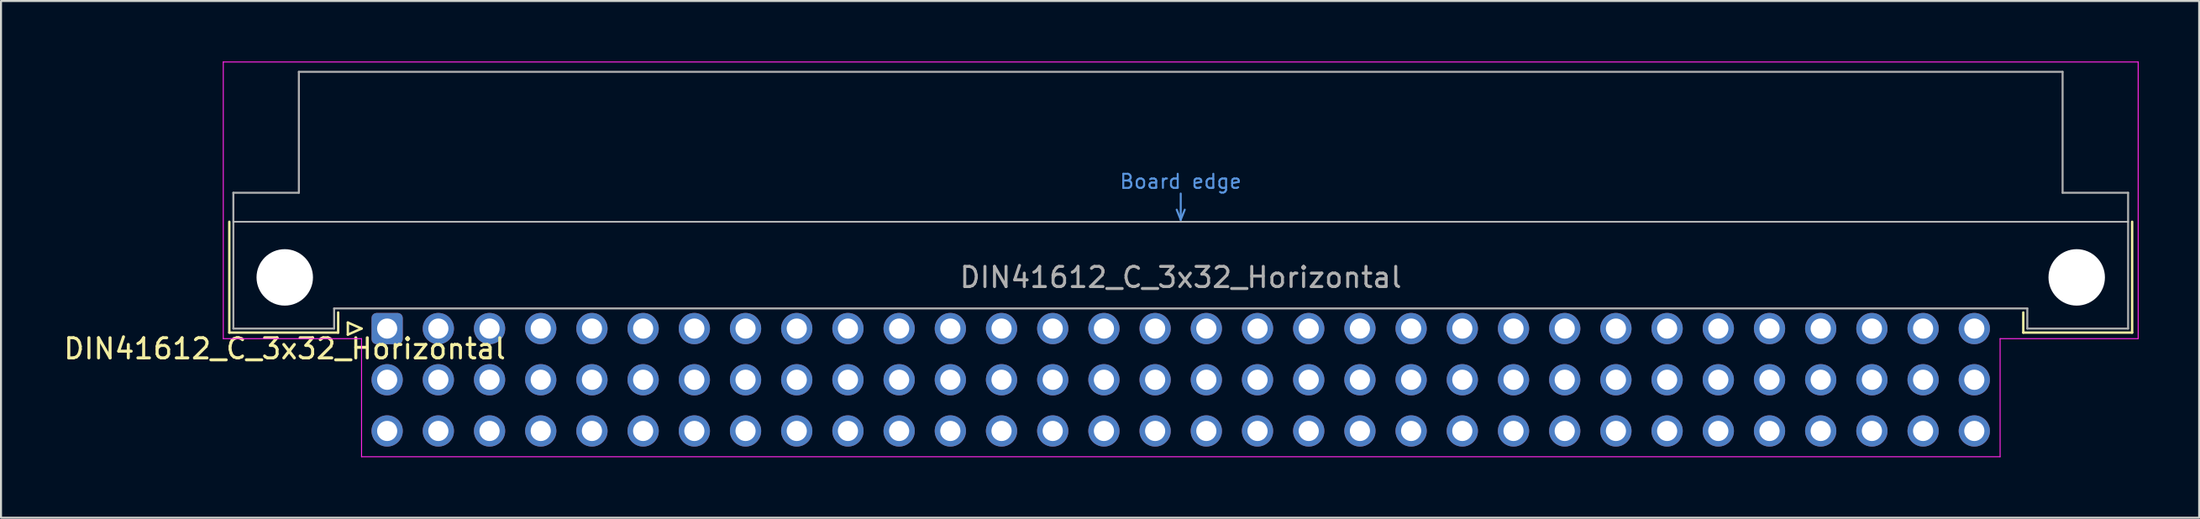
<source format=kicad_pcb>
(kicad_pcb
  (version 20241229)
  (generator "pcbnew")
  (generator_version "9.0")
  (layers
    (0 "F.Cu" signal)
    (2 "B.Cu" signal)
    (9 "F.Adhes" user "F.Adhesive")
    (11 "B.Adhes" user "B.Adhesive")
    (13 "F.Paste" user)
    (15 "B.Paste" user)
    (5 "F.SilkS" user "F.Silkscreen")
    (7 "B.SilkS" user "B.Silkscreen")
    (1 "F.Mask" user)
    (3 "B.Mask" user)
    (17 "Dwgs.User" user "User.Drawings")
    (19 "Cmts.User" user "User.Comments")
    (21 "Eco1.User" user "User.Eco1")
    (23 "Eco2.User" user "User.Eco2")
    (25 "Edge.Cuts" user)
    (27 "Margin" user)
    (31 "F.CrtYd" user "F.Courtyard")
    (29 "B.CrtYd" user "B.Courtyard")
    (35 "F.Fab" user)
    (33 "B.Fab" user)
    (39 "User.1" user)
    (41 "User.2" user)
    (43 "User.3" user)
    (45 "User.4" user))
  (footprint "DIN41612_C_3x32_Horizontal"
    (layer "F.Cu")
    (at 16.157 13.255)
    (property "Reference" "DIN41612_C_3x32_Horizontal" (at -5.08 1 0) (layer "F.SilkS") (effects (font (size 1 1) (thickness 0.15))))
    (attr through_hole)
    (fp_line (start -7.83 -5.3) (end -7.83 0.2) (stroke (width 0.12) (type solid)) (layer "F.SilkS"))
    (fp_line (start -7.83 0.2) (end -2.43 0.2) (stroke (width 0.12) (type solid)) (layer "F.SilkS"))
    (fp_line (start -2.43 0.2) (end -2.43 -0.8) (stroke (width 0.12) (type solid)) (layer "F.SilkS"))
    (fp_line (start -1.95 -0.3) (end -1.95 0.3) (stroke (width 0.12) (type solid)) (layer "F.SilkS"))
    (fp_line (start -1.95 0.3) (end -1.27 0) (stroke (width 0.12) (type solid)) (layer "F.SilkS"))
    (fp_line (start -1.27 0) (end -1.95 -0.3) (stroke (width 0.12) (type solid)) (layer "F.SilkS"))
    (fp_line (start 81.17 0.2) (end 81.17 -0.8) (stroke (width 0.12) (type solid)) (layer "F.SilkS"))
    (fp_line (start 86.57 -5.3) (end 86.57 0.2) (stroke (width 0.12) (type solid)) (layer "F.SilkS"))
    (fp_line (start 86.57 0.2) (end 81.17 0.2) (stroke (width 0.12) (type solid)) (layer "F.SilkS"))
    (fp_line (start -7.63 -5.3) (end 86.37 -5.3) (stroke (width 0.08) (type solid)) (layer "Dwgs.User"))
    (fp_line (start 39.17 -5.9) (end 39.37 -5.4) (stroke (width 0.1) (type solid)) (layer "Cmts.User"))
    (fp_line (start 39.37 -5.4) (end 39.37 -6.7) (stroke (width 0.1) (type solid)) (layer "Cmts.User"))
    (fp_line (start 39.37 -5.4) (end 39.57 -5.9) (stroke (width 0.1) (type solid)) (layer "Cmts.User"))
    (fp_line (start -8.13 -13.23) (end -8.13 0.5) (stroke (width 0.05) (type solid)) (layer "F.CrtYd"))
    (fp_line (start -8.13 0.5) (end -1.27 0.5) (stroke (width 0.05) (type solid)) (layer "F.CrtYd"))
    (fp_line (start -1.27 0.5) (end -1.27 6.36) (stroke (width 0.05) (type solid)) (layer "F.CrtYd"))
    (fp_line (start -1.27 6.36) (end 80.02 6.36) (stroke (width 0.05) (type solid)) (layer "F.CrtYd"))
    (fp_line (start 80.02 0.5) (end 86.87 0.5) (stroke (width 0.05) (type solid)) (layer "F.CrtYd"))
    (fp_line (start 80.02 6.36) (end 80.02 0.5) (stroke (width 0.05) (type solid)) (layer "F.CrtYd"))
    (fp_line (start 86.87 -13.23) (end -8.13 -13.23) (stroke (width 0.05) (type solid)) (layer "F.CrtYd"))
    (fp_line (start 86.87 0.5) (end 86.87 -13.23) (stroke (width 0.05) (type solid)) (layer "F.CrtYd"))
    (fp_line (start -7.63 -6.74) (end -7.63 0) (stroke (width 0.1) (type solid)) (layer "F.Fab"))
    (fp_line (start -7.63 0) (end -2.63 0) (stroke (width 0.1) (type solid)) (layer "F.Fab"))
    (fp_line (start -4.38 -12.74) (end -4.38 -6.74) (stroke (width 0.1) (type solid)) (layer "F.Fab"))
    (fp_line (start -4.38 -6.74) (end -7.63 -6.74) (stroke (width 0.1) (type solid)) (layer "F.Fab"))
    (fp_line (start -2.63 -1) (end 81.37 -1) (stroke (width 0.1) (type solid)) (layer "F.Fab"))
    (fp_line (start -2.63 0) (end -2.63 -1) (stroke (width 0.1) (type solid)) (layer "F.Fab"))
    (fp_line (start 81.37 -1) (end 81.37 0) (stroke (width 0.1) (type solid)) (layer "F.Fab"))
    (fp_line (start 81.37 0) (end 86.37 0) (stroke (width 0.1) (type solid)) (layer "F.Fab"))
    (fp_line (start 83.12 -12.74) (end -4.38 -12.74) (stroke (width 0.1) (type solid)) (layer "F.Fab"))
    (fp_line (start 83.12 -6.74) (end 83.12 -12.74) (stroke (width 0.1) (type solid)) (layer "F.Fab"))
    (fp_line (start 86.37 -6.74) (end 83.12 -6.74) (stroke (width 0.1) (type solid)) (layer "F.Fab"))
    (fp_line (start 86.37 0) (end 86.37 -6.74) (stroke (width 0.1) (type solid)) (layer "F.Fab"))
    (fp_text user "Board edge" (at 39.37 -7.3 0) (layer "Cmts.User") (effects (font (size 0.7 0.7) (thickness 0.1))))
    (fp_text user "${REFERENCE}" (at 39.37 -2.54 0) (layer "F.Fab") (effects (font (size 1 1) (thickness 0.15))))
    (pad "" np_thru_hole circle (at -5.08 -2.54) (size 2.8 2.8) (drill 2.8) (layers "*.Cu" "*.Mask"))
    (pad "" np_thru_hole circle (at 83.82 -2.54) (size 2.8 2.8) (drill 2.8) (layers "*.Cu" "*.Mask"))
    (pad "a1" thru_hole roundrect (at 0 0) (size 1.55 1.55) (drill 1) (layers "*.Cu" "*.Mask") (roundrect_rratio 0.161))
    (pad "a2" thru_hole circle (at 2.54 0) (size 1.55 1.55) (drill 1) (layers "*.Cu" "*.Mask"))
    (pad "a3" thru_hole circle (at 5.08 0) (size 1.55 1.55) (drill 1) (layers "*.Cu" "*.Mask"))
    (pad "a4" thru_hole circle (at 7.62 0) (size 1.55 1.55) (drill 1) (layers "*.Cu" "*.Mask"))
    (pad "a5" thru_hole circle (at 10.16 0) (size 1.55 1.55) (drill 1) (layers "*.Cu" "*.Mask"))
    (pad "a6" thru_hole circle (at 12.7 0) (size 1.55 1.55) (drill 1) (layers "*.Cu" "*.Mask"))
    (pad "a7" thru_hole circle (at 15.24 0) (size 1.55 1.55) (drill 1) (layers "*.Cu" "*.Mask"))
    (pad "a8" thru_hole circle (at 17.78 0) (size 1.55 1.55) (drill 1) (layers "*.Cu" "*.Mask"))
    (pad "a9" thru_hole circle (at 20.32 0) (size 1.55 1.55) (drill 1) (layers "*.Cu" "*.Mask"))
    (pad "a10" thru_hole circle (at 22.86 0) (size 1.55 1.55) (drill 1) (layers "*.Cu" "*.Mask"))
    (pad "a11" thru_hole circle (at 25.4 0) (size 1.55 1.55) (drill 1) (layers "*.Cu" "*.Mask"))
    (pad "a12" thru_hole circle (at 27.94 0) (size 1.55 1.55) (drill 1) (layers "*.Cu" "*.Mask"))
    (pad "a13" thru_hole circle (at 30.48 0) (size 1.55 1.55) (drill 1) (layers "*.Cu" "*.Mask"))
    (pad "a14" thru_hole circle (at 33.02 0) (size 1.55 1.55) (drill 1) (layers "*.Cu" "*.Mask"))
    (pad "a15" thru_hole circle (at 35.56 0) (size 1.55 1.55) (drill 1) (layers "*.Cu" "*.Mask"))
    (pad "a16" thru_hole circle (at 38.1 0) (size 1.55 1.55) (drill 1) (layers "*.Cu" "*.Mask"))
    (pad "a17" thru_hole circle (at 40.64 0) (size 1.55 1.55) (drill 1) (layers "*.Cu" "*.Mask"))
    (pad "a18" thru_hole circle (at 43.18 0) (size 1.55 1.55) (drill 1) (layers "*.Cu" "*.Mask"))
    (pad "a19" thru_hole circle (at 45.72 0) (size 1.55 1.55) (drill 1) (layers "*.Cu" "*.Mask"))
    (pad "a20" thru_hole circle (at 48.26 0) (size 1.55 1.55) (drill 1) (layers "*.Cu" "*.Mask"))
    (pad "a21" thru_hole circle (at 50.8 0) (size 1.55 1.55) (drill 1) (layers "*.Cu" "*.Mask"))
    (pad "a22" thru_hole circle (at 53.34 0) (size 1.55 1.55) (drill 1) (layers "*.Cu" "*.Mask"))
    (pad "a23" thru_hole circle (at 55.88 0) (size 1.55 1.55) (drill 1) (layers "*.Cu" "*.Mask"))
    (pad "a24" thru_hole circle (at 58.42 0) (size 1.55 1.55) (drill 1) (layers "*.Cu" "*.Mask"))
    (pad "a25" thru_hole circle (at 60.96 0) (size 1.55 1.55) (drill 1) (layers "*.Cu" "*.Mask"))
    (pad "a26" thru_hole circle (at 63.5 0) (size 1.55 1.55) (drill 1) (layers "*.Cu" "*.Mask"))
    (pad "a27" thru_hole circle (at 66.04 0) (size 1.55 1.55) (drill 1) (layers "*.Cu" "*.Mask"))
    (pad "a28" thru_hole circle (at 68.58 0) (size 1.55 1.55) (drill 1) (layers "*.Cu" "*.Mask"))
    (pad "a29" thru_hole circle (at 71.12 0) (size 1.55 1.55) (drill 1) (layers "*.Cu" "*.Mask"))
    (pad "a30" thru_hole circle (at 73.66 0) (size 1.55 1.55) (drill 1) (layers "*.Cu" "*.Mask"))
    (pad "a31" thru_hole circle (at 76.2 0) (size 1.55 1.55) (drill 1) (layers "*.Cu" "*.Mask"))
    (pad "a32" thru_hole circle (at 78.74 0) (size 1.55 1.55) (drill 1) (layers "*.Cu" "*.Mask"))
    (pad "b1" thru_hole circle (at 0 2.54) (size 1.55 1.55) (drill 1) (layers "*.Cu" "*.Mask"))
    (pad "b2" thru_hole circle (at 2.54 2.54) (size 1.55 1.55) (drill 1) (layers "*.Cu" "*.Mask"))
    (pad "b3" thru_hole circle (at 5.08 2.54) (size 1.55 1.55) (drill 1) (layers "*.Cu" "*.Mask"))
    (pad "b4" thru_hole circle (at 7.62 2.54) (size 1.55 1.55) (drill 1) (layers "*.Cu" "*.Mask"))
    (pad "b5" thru_hole circle (at 10.16 2.54) (size 1.55 1.55) (drill 1) (layers "*.Cu" "*.Mask"))
    (pad "b6" thru_hole circle (at 12.7 2.54) (size 1.55 1.55) (drill 1) (layers "*.Cu" "*.Mask"))
    (pad "b7" thru_hole circle (at 15.24 2.54) (size 1.55 1.55) (drill 1) (layers "*.Cu" "*.Mask"))
    (pad "b8" thru_hole circle (at 17.78 2.54) (size 1.55 1.55) (drill 1) (layers "*.Cu" "*.Mask"))
    (pad "b9" thru_hole circle (at 20.32 2.54) (size 1.55 1.55) (drill 1) (layers "*.Cu" "*.Mask"))
    (pad "b10" thru_hole circle (at 22.86 2.54) (size 1.55 1.55) (drill 1) (layers "*.Cu" "*.Mask"))
    (pad "b11" thru_hole circle (at 25.4 2.54) (size 1.55 1.55) (drill 1) (layers "*.Cu" "*.Mask"))
    (pad "b12" thru_hole circle (at 27.94 2.54) (size 1.55 1.55) (drill 1) (layers "*.Cu" "*.Mask"))
    (pad "b13" thru_hole circle (at 30.48 2.54) (size 1.55 1.55) (drill 1) (layers "*.Cu" "*.Mask"))
    (pad "b14" thru_hole circle (at 33.02 2.54) (size 1.55 1.55) (drill 1) (layers "*.Cu" "*.Mask"))
    (pad "b15" thru_hole circle (at 35.56 2.54) (size 1.55 1.55) (drill 1) (layers "*.Cu" "*.Mask"))
    (pad "b16" thru_hole circle (at 38.1 2.54) (size 1.55 1.55) (drill 1) (layers "*.Cu" "*.Mask"))
    (pad "b17" thru_hole circle (at 40.64 2.54) (size 1.55 1.55) (drill 1) (layers "*.Cu" "*.Mask"))
    (pad "b18" thru_hole circle (at 43.18 2.54) (size 1.55 1.55) (drill 1) (layers "*.Cu" "*.Mask"))
    (pad "b19" thru_hole circle (at 45.72 2.54) (size 1.55 1.55) (drill 1) (layers "*.Cu" "*.Mask"))
    (pad "b20" thru_hole circle (at 48.26 2.54) (size 1.55 1.55) (drill 1) (layers "*.Cu" "*.Mask"))
    (pad "b21" thru_hole circle (at 50.8 2.54) (size 1.55 1.55) (drill 1) (layers "*.Cu" "*.Mask"))
    (pad "b22" thru_hole circle (at 53.34 2.54) (size 1.55 1.55) (drill 1) (layers "*.Cu" "*.Mask"))
    (pad "b23" thru_hole circle (at 55.88 2.54) (size 1.55 1.55) (drill 1) (layers "*.Cu" "*.Mask"))
    (pad "b24" thru_hole circle (at 58.42 2.54) (size 1.55 1.55) (drill 1) (layers "*.Cu" "*.Mask"))
    (pad "b25" thru_hole circle (at 60.96 2.54) (size 1.55 1.55) (drill 1) (layers "*.Cu" "*.Mask"))
    (pad "b26" thru_hole circle (at 63.5 2.54) (size 1.55 1.55) (drill 1) (layers "*.Cu" "*.Mask"))
    (pad "b27" thru_hole circle (at 66.04 2.54) (size 1.55 1.55) (drill 1) (layers "*.Cu" "*.Mask"))
    (pad "b28" thru_hole circle (at 68.58 2.54) (size 1.55 1.55) (drill 1) (layers "*.Cu" "*.Mask"))
    (pad "b29" thru_hole circle (at 71.12 2.54) (size 1.55 1.55) (drill 1) (layers "*.Cu" "*.Mask"))
    (pad "b30" thru_hole circle (at 73.66 2.54) (size 1.55 1.55) (drill 1) (layers "*.Cu" "*.Mask"))
    (pad "b31" thru_hole circle (at 76.2 2.54) (size 1.55 1.55) (drill 1) (layers "*.Cu" "*.Mask"))
    (pad "b32" thru_hole circle (at 78.74 2.54) (size 1.55 1.55) (drill 1) (layers "*.Cu" "*.Mask"))
    (pad "c1" thru_hole circle (at 0 5.08) (size 1.55 1.55) (drill 1) (layers "*.Cu" "*.Mask"))
    (pad "c2" thru_hole circle (at 2.54 5.08) (size 1.55 1.55) (drill 1) (layers "*.Cu" "*.Mask"))
    (pad "c3" thru_hole circle (at 5.08 5.08) (size 1.55 1.55) (drill 1) (layers "*.Cu" "*.Mask"))
    (pad "c4" thru_hole circle (at 7.62 5.08) (size 1.55 1.55) (drill 1) (layers "*.Cu" "*.Mask"))
    (pad "c5" thru_hole circle (at 10.16 5.08) (size 1.55 1.55) (drill 1) (layers "*.Cu" "*.Mask"))
    (pad "c6" thru_hole circle (at 12.7 5.08) (size 1.55 1.55) (drill 1) (layers "*.Cu" "*.Mask"))
    (pad "c7" thru_hole circle (at 15.24 5.08) (size 1.55 1.55) (drill 1) (layers "*.Cu" "*.Mask"))
    (pad "c8" thru_hole circle (at 17.78 5.08) (size 1.55 1.55) (drill 1) (layers "*.Cu" "*.Mask"))
    (pad "c9" thru_hole circle (at 20.32 5.08) (size 1.55 1.55) (drill 1) (layers "*.Cu" "*.Mask"))
    (pad "c10" thru_hole circle (at 22.86 5.08) (size 1.55 1.55) (drill 1) (layers "*.Cu" "*.Mask"))
    (pad "c11" thru_hole circle (at 25.4 5.08) (size 1.55 1.55) (drill 1) (layers "*.Cu" "*.Mask"))
    (pad "c12" thru_hole circle (at 27.94 5.08) (size 1.55 1.55) (drill 1) (layers "*.Cu" "*.Mask"))
    (pad "c13" thru_hole circle (at 30.48 5.08) (size 1.55 1.55) (drill 1) (layers "*.Cu" "*.Mask"))
    (pad "c14" thru_hole circle (at 33.02 5.08) (size 1.55 1.55) (drill 1) (layers "*.Cu" "*.Mask"))
    (pad "c15" thru_hole circle (at 35.56 5.08) (size 1.55 1.55) (drill 1) (layers "*.Cu" "*.Mask"))
    (pad "c16" thru_hole circle (at 38.1 5.08) (size 1.55 1.55) (drill 1) (layers "*.Cu" "*.Mask"))
    (pad "c17" thru_hole circle (at 40.64 5.08) (size 1.55 1.55) (drill 1) (layers "*.Cu" "*.Mask"))
    (pad "c18" thru_hole circle (at 43.18 5.08) (size 1.55 1.55) (drill 1) (layers "*.Cu" "*.Mask"))
    (pad "c19" thru_hole circle (at 45.72 5.08) (size 1.55 1.55) (drill 1) (layers "*.Cu" "*.Mask"))
    (pad "c20" thru_hole circle (at 48.26 5.08) (size 1.55 1.55) (drill 1) (layers "*.Cu" "*.Mask"))
    (pad "c21" thru_hole circle (at 50.8 5.08) (size 1.55 1.55) (drill 1) (layers "*.Cu" "*.Mask"))
    (pad "c22" thru_hole circle (at 53.34 5.08) (size 1.55 1.55) (drill 1) (layers "*.Cu" "*.Mask"))
    (pad "c23" thru_hole circle (at 55.88 5.08) (size 1.55 1.55) (drill 1) (layers "*.Cu" "*.Mask"))
    (pad "c24" thru_hole circle (at 58.42 5.08) (size 1.55 1.55) (drill 1) (layers "*.Cu" "*.Mask"))
    (pad "c25" thru_hole circle (at 60.96 5.08) (size 1.55 1.55) (drill 1) (layers "*.Cu" "*.Mask"))
    (pad "c26" thru_hole circle (at 63.5 5.08) (size 1.55 1.55) (drill 1) (layers "*.Cu" "*.Mask"))
    (pad "c27" thru_hole circle (at 66.04 5.08) (size 1.55 1.55) (drill 1) (layers "*.Cu" "*.Mask"))
    (pad "c28" thru_hole circle (at 68.58 5.08) (size 1.55 1.55) (drill 1) (layers "*.Cu" "*.Mask"))
    (pad "c29" thru_hole circle (at 71.12 5.08) (size 1.55 1.55) (drill 1) (layers "*.Cu" "*.Mask"))
    (pad "c30" thru_hole circle (at 73.66 5.08) (size 1.55 1.55) (drill 1) (layers "*.Cu" "*.Mask"))
    (pad "c31" thru_hole circle (at 76.2 5.08) (size 1.55 1.55) (drill 1) (layers "*.Cu" "*.Mask"))
    (pad "c32" thru_hole circle (at 78.74 5.08) (size 1.55 1.55) (drill 1) (layers "*.Cu" "*.Mask")))
  (gr_rect
    (start -3 -3)
    (end 106.052 22.64)
    (stroke (width 0.1) (type default))
    (fill no)
    (layer "Edge.Cuts")))
</source>
